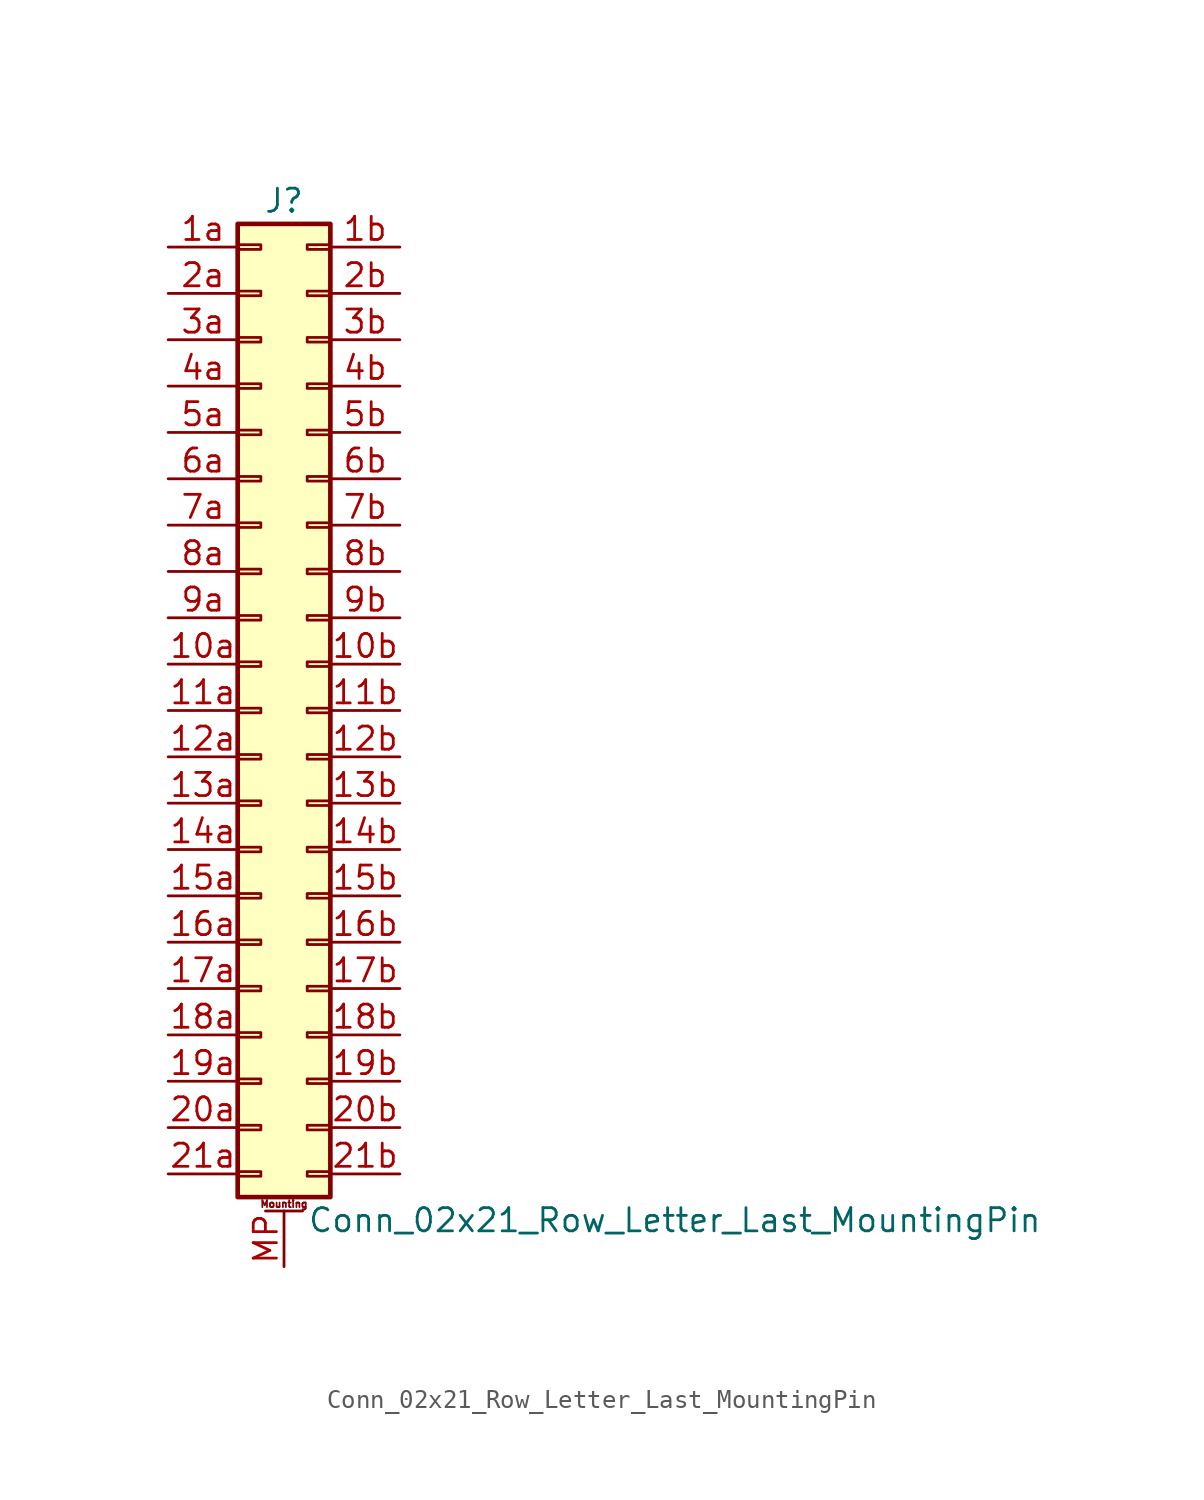
<source format=kicad_sym>
(kicad_symbol_lib
  (version 20211014)
  (generator kicad_symbol_editor)
  (symbol "Conn_02x21_Row_Letter_Last_MountingPin"
    (pin_names
      (offset 1.016) hide)
    (property "Reference" "J"
      (at 1.27 27.94 0)
      (effects (font (size 1.27 1.27))))
    (property "Value" "Conn_02x21_Row_Letter_Last_MountingPin"
      (at 2.54 -27.94 0)
      (effects (font (size 1.27 1.27)) (justify left)))
    (symbol "Conn_02x21_Row_Letter_Last_MountingPin_1_1"
      (rectangle (start -1.27 -25.273) (end 0 -25.527) (stroke (width 0.152) (type default) (color 0 0 0 0)) (fill (type none)))
      (rectangle (start -1.27 -22.733) (end 0 -22.987) (stroke (width 0.152) (type default) (color 0 0 0 0)) (fill (type none)))
      (rectangle (start -1.27 -20.193) (end 0 -20.447) (stroke (width 0.152) (type default) (color 0 0 0 0)) (fill (type none)))
      (rectangle (start -1.27 -17.653) (end 0 -17.907) (stroke (width 0.152) (type default) (color 0 0 0 0)) (fill (type none)))
      (rectangle (start -1.27 -15.113) (end 0 -15.367) (stroke (width 0.152) (type default) (color 0 0 0 0)) (fill (type none)))
      (rectangle (start -1.27 -12.573) (end 0 -12.827) (stroke (width 0.152) (type default) (color 0 0 0 0)) (fill (type none)))
      (rectangle (start -1.27 -10.033) (end 0 -10.287) (stroke (width 0.152) (type default) (color 0 0 0 0)) (fill (type none)))
      (rectangle (start -1.27 -7.493) (end 0 -7.747) (stroke (width 0.152) (type default) (color 0 0 0 0)) (fill (type none)))
      (rectangle (start -1.27 -4.953) (end 0 -5.207) (stroke (width 0.152) (type default) (color 0 0 0 0)) (fill (type none)))
      (rectangle (start -1.27 -2.413) (end 0 -2.667) (stroke (width 0.152) (type default) (color 0 0 0 0)) (fill (type none)))
      (rectangle (start -1.27 0.127) (end 0 -0.127) (stroke (width 0.152) (type default) (color 0 0 0 0)) (fill (type none)))
      (rectangle (start -1.27 2.667) (end 0 2.413) (stroke (width 0.152) (type default) (color 0 0 0 0)) (fill (type none)))
      (rectangle (start -1.27 5.207) (end 0 4.953) (stroke (width 0.152) (type default) (color 0 0 0 0)) (fill (type none)))
      (rectangle (start -1.27 7.747) (end 0 7.493) (stroke (width 0.152) (type default) (color 0 0 0 0)) (fill (type none)))
      (rectangle (start -1.27 10.287) (end 0 10.033) (stroke (width 0.152) (type default) (color 0 0 0 0)) (fill (type none)))
      (rectangle (start -1.27 12.827) (end 0 12.573) (stroke (width 0.152) (type default) (color 0 0 0 0)) (fill (type none)))
      (rectangle (start -1.27 15.367) (end 0 15.113) (stroke (width 0.152) (type default) (color 0 0 0 0)) (fill (type none)))
      (rectangle (start -1.27 17.907) (end 0 17.653) (stroke (width 0.152) (type default) (color 0 0 0 0)) (fill (type none)))
      (rectangle (start -1.27 20.447) (end 0 20.193) (stroke (width 0.152) (type default) (color 0 0 0 0)) (fill (type none)))
      (rectangle (start -1.27 22.987) (end 0 22.733) (stroke (width 0.152) (type default) (color 0 0 0 0)) (fill (type none)))
      (rectangle (start -1.27 25.527) (end 0 25.273) (stroke (width 0.152) (type default) (color 0 0 0 0)) (fill (type none)))
      (rectangle (start -1.27 26.67) (end 3.81 -26.67) (stroke (width 0.254) (type default) (color 0 0 0 0)) (fill (type background)))
      (polyline (pts (xy 0.254 -27.432) (xy 2.286 -27.432)) (stroke (width 0.152) (type default) (color 0 0 0 0)) (fill (type none)))
      (rectangle (start 3.81 -25.273) (end 2.54 -25.527) (stroke (width 0.152) (type default) (color 0 0 0 0)) (fill (type none)))
      (rectangle (start 3.81 -22.733) (end 2.54 -22.987) (stroke (width 0.152) (type default) (color 0 0 0 0)) (fill (type none)))
      (rectangle (start 3.81 -20.193) (end 2.54 -20.447) (stroke (width 0.152) (type default) (color 0 0 0 0)) (fill (type none)))
      (rectangle (start 3.81 -17.653) (end 2.54 -17.907) (stroke (width 0.152) (type default) (color 0 0 0 0)) (fill (type none)))
      (rectangle (start 3.81 -15.113) (end 2.54 -15.367) (stroke (width 0.152) (type default) (color 0 0 0 0)) (fill (type none)))
      (rectangle (start 3.81 -12.573) (end 2.54 -12.827) (stroke (width 0.152) (type default) (color 0 0 0 0)) (fill (type none)))
      (rectangle (start 3.81 -10.033) (end 2.54 -10.287) (stroke (width 0.152) (type default) (color 0 0 0 0)) (fill (type none)))
      (rectangle (start 3.81 -7.493) (end 2.54 -7.747) (stroke (width 0.152) (type default) (color 0 0 0 0)) (fill (type none)))
      (rectangle (start 3.81 -4.953) (end 2.54 -5.207) (stroke (width 0.152) (type default) (color 0 0 0 0)) (fill (type none)))
      (rectangle (start 3.81 -2.413) (end 2.54 -2.667) (stroke (width 0.152) (type default) (color 0 0 0 0)) (fill (type none)))
      (rectangle (start 3.81 0.127) (end 2.54 -0.127) (stroke (width 0.152) (type default) (color 0 0 0 0)) (fill (type none)))
      (rectangle (start 3.81 2.667) (end 2.54 2.413) (stroke (width 0.152) (type default) (color 0 0 0 0)) (fill (type none)))
      (rectangle (start 3.81 5.207) (end 2.54 4.953) (stroke (width 0.152) (type default) (color 0 0 0 0)) (fill (type none)))
      (rectangle (start 3.81 7.747) (end 2.54 7.493) (stroke (width 0.152) (type default) (color 0 0 0 0)) (fill (type none)))
      (rectangle (start 3.81 10.287) (end 2.54 10.033) (stroke (width 0.152) (type default) (color 0 0 0 0)) (fill (type none)))
      (rectangle (start 3.81 12.827) (end 2.54 12.573) (stroke (width 0.152) (type default) (color 0 0 0 0)) (fill (type none)))
      (rectangle (start 3.81 15.367) (end 2.54 15.113) (stroke (width 0.152) (type default) (color 0 0 0 0)) (fill (type none)))
      (rectangle (start 3.81 17.907) (end 2.54 17.653) (stroke (width 0.152) (type default) (color 0 0 0 0)) (fill (type none)))
      (rectangle (start 3.81 20.447) (end 2.54 20.193) (stroke (width 0.152) (type default) (color 0 0 0 0)) (fill (type none)))
      (rectangle (start 3.81 22.987) (end 2.54 22.733) (stroke (width 0.152) (type default) (color 0 0 0 0)) (fill (type none)))
      (rectangle (start 3.81 25.527) (end 2.54 25.273) (stroke (width 0.152) (type default) (color 0 0 0 0)) (fill (type none)))
      (text "Mounting" (at 1.27 -27.051 0) (effects (font (size 0.381 0.381))))
      (pin passive line (at -5.08 2.54 0) (length 3.81) (name "Pin_10a" (effects (font (size 1.27 1.27)))) (number "10a" (effects (font (size 1.27 1.27)))))
      (pin passive line (at 7.62 2.54 180) (length 3.81) (name "Pin_10b" (effects (font (size 1.27 1.27)))) (number "10b" (effects (font (size 1.27 1.27)))))
      (pin passive line (at -5.08 0 0) (length 3.81) (name "Pin_11a" (effects (font (size 1.27 1.27)))) (number "11a" (effects (font (size 1.27 1.27)))))
      (pin passive line (at 7.62 0 180) (length 3.81) (name "Pin_11b" (effects (font (size 1.27 1.27)))) (number "11b" (effects (font (size 1.27 1.27)))))
      (pin passive line (at -5.08 -2.54 0) (length 3.81) (name "Pin_12a" (effects (font (size 1.27 1.27)))) (number "12a" (effects (font (size 1.27 1.27)))))
      (pin passive line (at 7.62 -2.54 180) (length 3.81) (name "Pin_12b" (effects (font (size 1.27 1.27)))) (number "12b" (effects (font (size 1.27 1.27)))))
      (pin passive line (at -5.08 -5.08 0) (length 3.81) (name "Pin_13a" (effects (font (size 1.27 1.27)))) (number "13a" (effects (font (size 1.27 1.27)))))
      (pin passive line (at 7.62 -5.08 180) (length 3.81) (name "Pin_13b" (effects (font (size 1.27 1.27)))) (number "13b" (effects (font (size 1.27 1.27)))))
      (pin passive line (at -5.08 -7.62 0) (length 3.81) (name "Pin_14a" (effects (font (size 1.27 1.27)))) (number "14a" (effects (font (size 1.27 1.27)))))
      (pin passive line (at 7.62 -7.62 180) (length 3.81) (name "Pin_14b" (effects (font (size 1.27 1.27)))) (number "14b" (effects (font (size 1.27 1.27)))))
      (pin passive line (at -5.08 -10.16 0) (length 3.81) (name "Pin_15a" (effects (font (size 1.27 1.27)))) (number "15a" (effects (font (size 1.27 1.27)))))
      (pin passive line (at 7.62 -10.16 180) (length 3.81) (name "Pin_15b" (effects (font (size 1.27 1.27)))) (number "15b" (effects (font (size 1.27 1.27)))))
      (pin passive line (at -5.08 -12.7 0) (length 3.81) (name "Pin_16a" (effects (font (size 1.27 1.27)))) (number "16a" (effects (font (size 1.27 1.27)))))
      (pin passive line (at 7.62 -12.7 180) (length 3.81) (name "Pin_16b" (effects (font (size 1.27 1.27)))) (number "16b" (effects (font (size 1.27 1.27)))))
      (pin passive line (at -5.08 -15.24 0) (length 3.81) (name "Pin_17a" (effects (font (size 1.27 1.27)))) (number "17a" (effects (font (size 1.27 1.27)))))
      (pin passive line (at 7.62 -15.24 180) (length 3.81) (name "Pin_17b" (effects (font (size 1.27 1.27)))) (number "17b" (effects (font (size 1.27 1.27)))))
      (pin passive line (at -5.08 -17.78 0) (length 3.81) (name "Pin_18a" (effects (font (size 1.27 1.27)))) (number "18a" (effects (font (size 1.27 1.27)))))
      (pin passive line (at 7.62 -17.78 180) (length 3.81) (name "Pin_18b" (effects (font (size 1.27 1.27)))) (number "18b" (effects (font (size 1.27 1.27)))))
      (pin passive line (at -5.08 -20.32 0) (length 3.81) (name "Pin_19a" (effects (font (size 1.27 1.27)))) (number "19a" (effects (font (size 1.27 1.27)))))
      (pin passive line (at 7.62 -20.32 180) (length 3.81) (name "Pin_19b" (effects (font (size 1.27 1.27)))) (number "19b" (effects (font (size 1.27 1.27)))))
      (pin passive line (at -5.08 25.4 0) (length 3.81) (name "Pin_1a" (effects (font (size 1.27 1.27)))) (number "1a" (effects (font (size 1.27 1.27)))))
      (pin passive line (at 7.62 25.4 180) (length 3.81) (name "Pin_1b" (effects (font (size 1.27 1.27)))) (number "1b" (effects (font (size 1.27 1.27)))))
      (pin passive line (at -5.08 -22.86 0) (length 3.81) (name "Pin_20a" (effects (font (size 1.27 1.27)))) (number "20a" (effects (font (size 1.27 1.27)))))
      (pin passive line (at 7.62 -22.86 180) (length 3.81) (name "Pin_20b" (effects (font (size 1.27 1.27)))) (number "20b" (effects (font (size 1.27 1.27)))))
      (pin passive line (at -5.08 -25.4 0) (length 3.81) (name "Pin_21a" (effects (font (size 1.27 1.27)))) (number "21a" (effects (font (size 1.27 1.27)))))
      (pin passive line (at 7.62 -25.4 180) (length 3.81) (name "Pin_21b" (effects (font (size 1.27 1.27)))) (number "21b" (effects (font (size 1.27 1.27)))))
      (pin passive line (at -5.08 22.86 0) (length 3.81) (name "Pin_2a" (effects (font (size 1.27 1.27)))) (number "2a" (effects (font (size 1.27 1.27)))))
      (pin passive line (at 7.62 22.86 180) (length 3.81) (name "Pin_2b" (effects (font (size 1.27 1.27)))) (number "2b" (effects (font (size 1.27 1.27)))))
      (pin passive line (at -5.08 20.32 0) (length 3.81) (name "Pin_3a" (effects (font (size 1.27 1.27)))) (number "3a" (effects (font (size 1.27 1.27)))))
      (pin passive line (at 7.62 20.32 180) (length 3.81) (name "Pin_3b" (effects (font (size 1.27 1.27)))) (number "3b" (effects (font (size 1.27 1.27)))))
      (pin passive line (at -5.08 17.78 0) (length 3.81) (name "Pin_4a" (effects (font (size 1.27 1.27)))) (number "4a" (effects (font (size 1.27 1.27)))))
      (pin passive line (at 7.62 17.78 180) (length 3.81) (name "Pin_4b" (effects (font (size 1.27 1.27)))) (number "4b" (effects (font (size 1.27 1.27)))))
      (pin passive line (at -5.08 15.24 0) (length 3.81) (name "Pin_5a" (effects (font (size 1.27 1.27)))) (number "5a" (effects (font (size 1.27 1.27)))))
      (pin passive line (at 7.62 15.24 180) (length 3.81) (name "Pin_5b" (effects (font (size 1.27 1.27)))) (number "5b" (effects (font (size 1.27 1.27)))))
      (pin passive line (at -5.08 12.7 0) (length 3.81) (name "Pin_6a" (effects (font (size 1.27 1.27)))) (number "6a" (effects (font (size 1.27 1.27)))))
      (pin passive line (at 7.62 12.7 180) (length 3.81) (name "Pin_6b" (effects (font (size 1.27 1.27)))) (number "6b" (effects (font (size 1.27 1.27)))))
      (pin passive line (at -5.08 10.16 0) (length 3.81) (name "Pin_7a" (effects (font (size 1.27 1.27)))) (number "7a" (effects (font (size 1.27 1.27)))))
      (pin passive line (at 7.62 10.16 180) (length 3.81) (name "Pin_7b" (effects (font (size 1.27 1.27)))) (number "7b" (effects (font (size 1.27 1.27)))))
      (pin passive line (at -5.08 7.62 0) (length 3.81) (name "Pin_8a" (effects (font (size 1.27 1.27)))) (number "8a" (effects (font (size 1.27 1.27)))))
      (pin passive line (at 7.62 7.62 180) (length 3.81) (name "Pin_8b" (effects (font (size 1.27 1.27)))) (number "8b" (effects (font (size 1.27 1.27)))))
      (pin passive line (at -5.08 5.08 0) (length 3.81) (name "Pin_9a" (effects (font (size 1.27 1.27)))) (number "9a" (effects (font (size 1.27 1.27)))))
      (pin passive line (at 7.62 5.08 180) (length 3.81) (name "Pin_9b" (effects (font (size 1.27 1.27)))) (number "9b" (effects (font (size 1.27 1.27)))))
      (pin passive line (at 1.27 -30.48 90) (length 3.048) (name "MountPin" (effects (font (size 1.27 1.27)))) (number "MP" (effects (font (size 1.27 1.27))))))))
</source>
